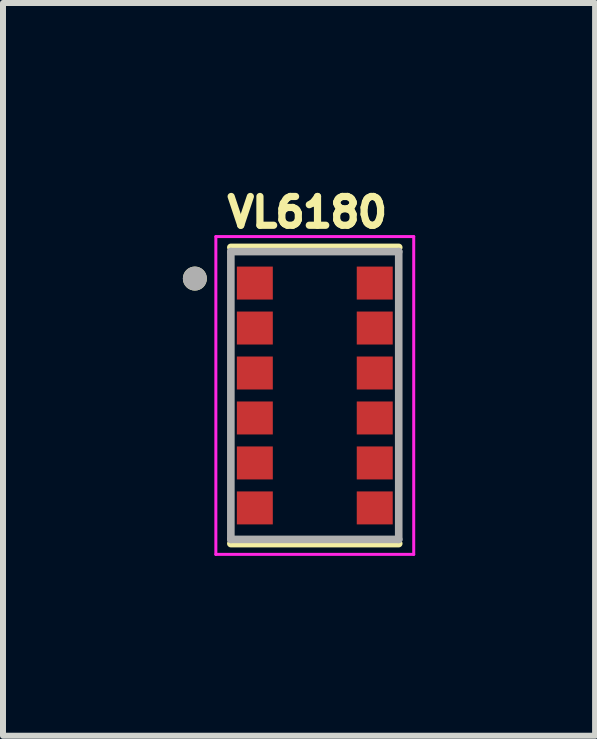
<source format=kicad_pcb>
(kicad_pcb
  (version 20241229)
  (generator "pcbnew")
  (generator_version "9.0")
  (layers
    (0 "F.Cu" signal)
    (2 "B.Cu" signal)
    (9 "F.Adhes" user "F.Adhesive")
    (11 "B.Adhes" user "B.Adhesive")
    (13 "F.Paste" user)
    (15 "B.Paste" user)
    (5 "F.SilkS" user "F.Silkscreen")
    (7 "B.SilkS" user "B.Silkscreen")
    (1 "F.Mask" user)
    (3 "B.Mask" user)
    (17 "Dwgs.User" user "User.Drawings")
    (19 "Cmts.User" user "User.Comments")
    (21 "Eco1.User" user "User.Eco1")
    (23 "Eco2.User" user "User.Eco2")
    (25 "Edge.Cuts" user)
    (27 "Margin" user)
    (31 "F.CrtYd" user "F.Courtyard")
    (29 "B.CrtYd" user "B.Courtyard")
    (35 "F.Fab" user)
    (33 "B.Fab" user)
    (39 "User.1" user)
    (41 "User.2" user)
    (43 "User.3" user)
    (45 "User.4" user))
  (footprint "VL6180"
    (layer "F.Cu")
    (at 2.2 3.546)
    (property "Reference" "VL6180" (at -0.126 -3.055 0) (layer "F.SilkS") (effects (font (size 0.48 0.48) (thickness 0.12))))
    (attr smd)
    (fp_line (start -1.4 -2.47) (end 1.4 -2.47) (stroke (width 0.127) (type solid)) (layer "F.SilkS"))
    (fp_line (start 1.4 2.47) (end -1.4 2.47) (stroke (width 0.127) (type solid)) (layer "F.SilkS"))
    (fp_circle (center -2 -1.95) (end -1.9 -1.95) (stroke (width 0.2) (type solid)) (fill no) (layer "F.SilkS"))
    (fp_line (start -1.65 -2.65) (end -1.65 2.65) (stroke (width 0.05) (type solid)) (layer "F.CrtYd"))
    (fp_line (start -1.65 2.65) (end 1.65 2.65) (stroke (width 0.05) (type solid)) (layer "F.CrtYd"))
    (fp_line (start 1.65 -2.65) (end -1.65 -2.65) (stroke (width 0.05) (type solid)) (layer "F.CrtYd"))
    (fp_line (start 1.65 2.65) (end 1.65 -2.65) (stroke (width 0.05) (type solid)) (layer "F.CrtYd"))
    (fp_line (start -1.4 -2.4) (end 1.4 -2.4) (stroke (width 0.127) (type solid)) (layer "F.Fab"))
    (fp_line (start -1.4 2.4) (end -1.4 -2.4) (stroke (width 0.127) (type solid)) (layer "F.Fab"))
    (fp_line (start 1.4 -2.4) (end 1.4 2.4) (stroke (width 0.127) (type solid)) (layer "F.Fab"))
    (fp_line (start 1.4 2.4) (end -1.4 2.4) (stroke (width 0.127) (type solid)) (layer "F.Fab"))
    (fp_circle (center -2 -1.95) (end -1.9 -1.95) (stroke (width 0.2) (type solid)) (fill no) (layer "F.Fab"))
    (pad "1" smd rect (at -1 -1.875) (size 0.6 0.55) (layers "F.Cu" "F.Mask" "F.Paste"))
    (pad "2" smd rect (at -1 -1.125) (size 0.6 0.55) (layers "F.Cu" "F.Mask" "F.Paste"))
    (pad "3" smd rect (at -1 -0.375) (size 0.6 0.55) (layers "F.Cu" "F.Mask" "F.Paste"))
    (pad "4" smd rect (at -1 0.375) (size 0.6 0.55) (layers "F.Cu" "F.Mask" "F.Paste"))
    (pad "5" smd rect (at -1 1.125) (size 0.6 0.55) (layers "F.Cu" "F.Mask" "F.Paste"))
    (pad "6" smd rect (at -1 1.875) (size 0.6 0.55) (layers "F.Cu" "F.Mask" "F.Paste"))
    (pad "7" smd rect (at 1 1.875) (size 0.6 0.55) (layers "F.Cu" "F.Mask" "F.Paste"))
    (pad "8" smd rect (at 1 1.125) (size 0.6 0.55) (layers "F.Cu" "F.Mask" "F.Paste"))
    (pad "9" smd rect (at 1 0.375) (size 0.6 0.55) (layers "F.Cu" "F.Mask" "F.Paste"))
    (pad "10" smd rect (at 1 -0.375) (size 0.6 0.55) (layers "F.Cu" "F.Mask" "F.Paste"))
    (pad "11" smd rect (at 1 -1.125) (size 0.6 0.55) (layers "F.Cu" "F.Mask" "F.Paste"))
    (pad "12" smd rect (at 1 -1.875) (size 0.6 0.55) (layers "F.Cu" "F.Mask" "F.Paste")))
  (gr_rect
    (start -3 -3)
    (end 6.875 9.221)
    (stroke (width 0.1) (type default))
    (fill no)
    (layer "Edge.Cuts")))
</source>
